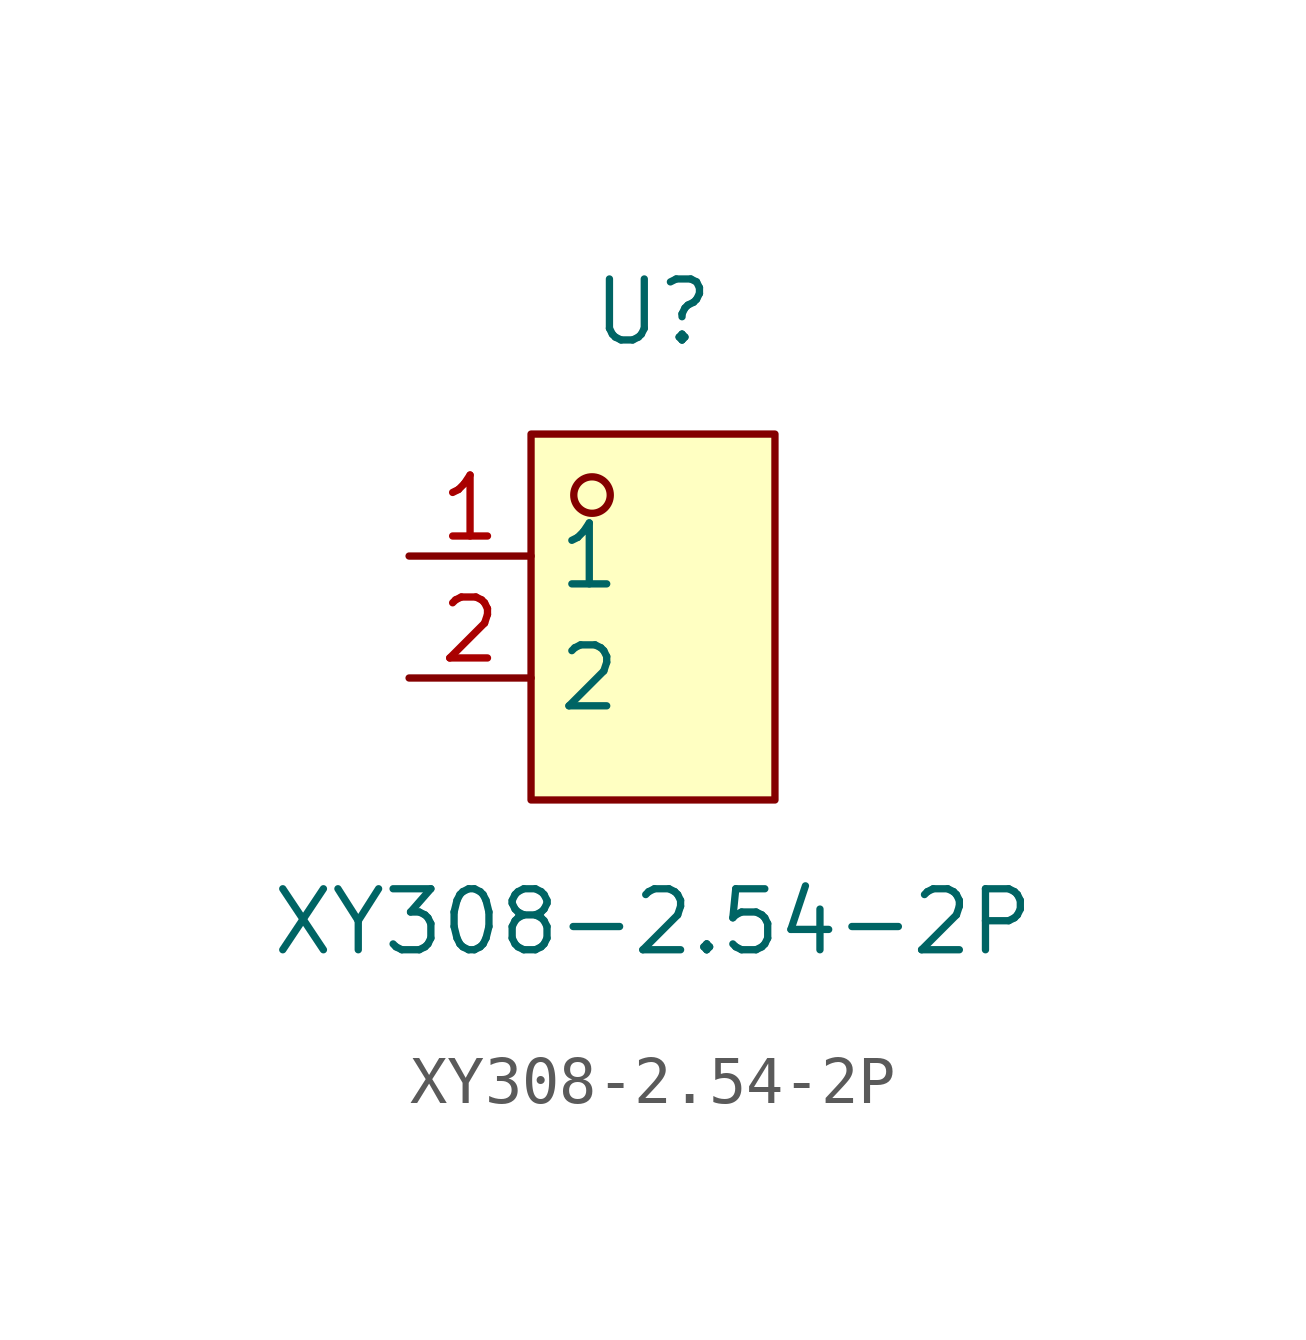
<source format=kicad_sym>
(kicad_symbol_lib
  (version 20211014)
  (generator https://github.com/uPesy/easyeda2kicad.py)
  (symbol "XY308-2.54-2P"
    (property "Reference" "U"
      (at 0 6.35 0)
      (effects (font (size 1.27 1.27))))
    (property "Value" "XY308-2.54-2P"
      (at 0 -6.35 0)
      (effects (font (size 1.27 1.27))))
    (symbol "XY308-2.54-2P_0_1"
      (rectangle (start -2.54 3.81) (end 2.54 -3.81) (stroke (width 0) (type default) (color 0 0 0 0)) (fill (type background)))
      (circle (center -1.27 2.54) (radius 0.38) (stroke (width 0) (type default) (color 0 0 0 0)) (fill (type none)))
      (pin unspecified line (at -5.08 1.27 0) (length 2.54) (name "1" (effects (font (size 1.27 1.27)))) (number "1" (effects (font (size 1.27 1.27)))))
      (pin unspecified line (at -5.08 -1.27 0) (length 2.54) (name "2" (effects (font (size 1.27 1.27)))) (number "2" (effects (font (size 1.27 1.27))))))))
</source>
